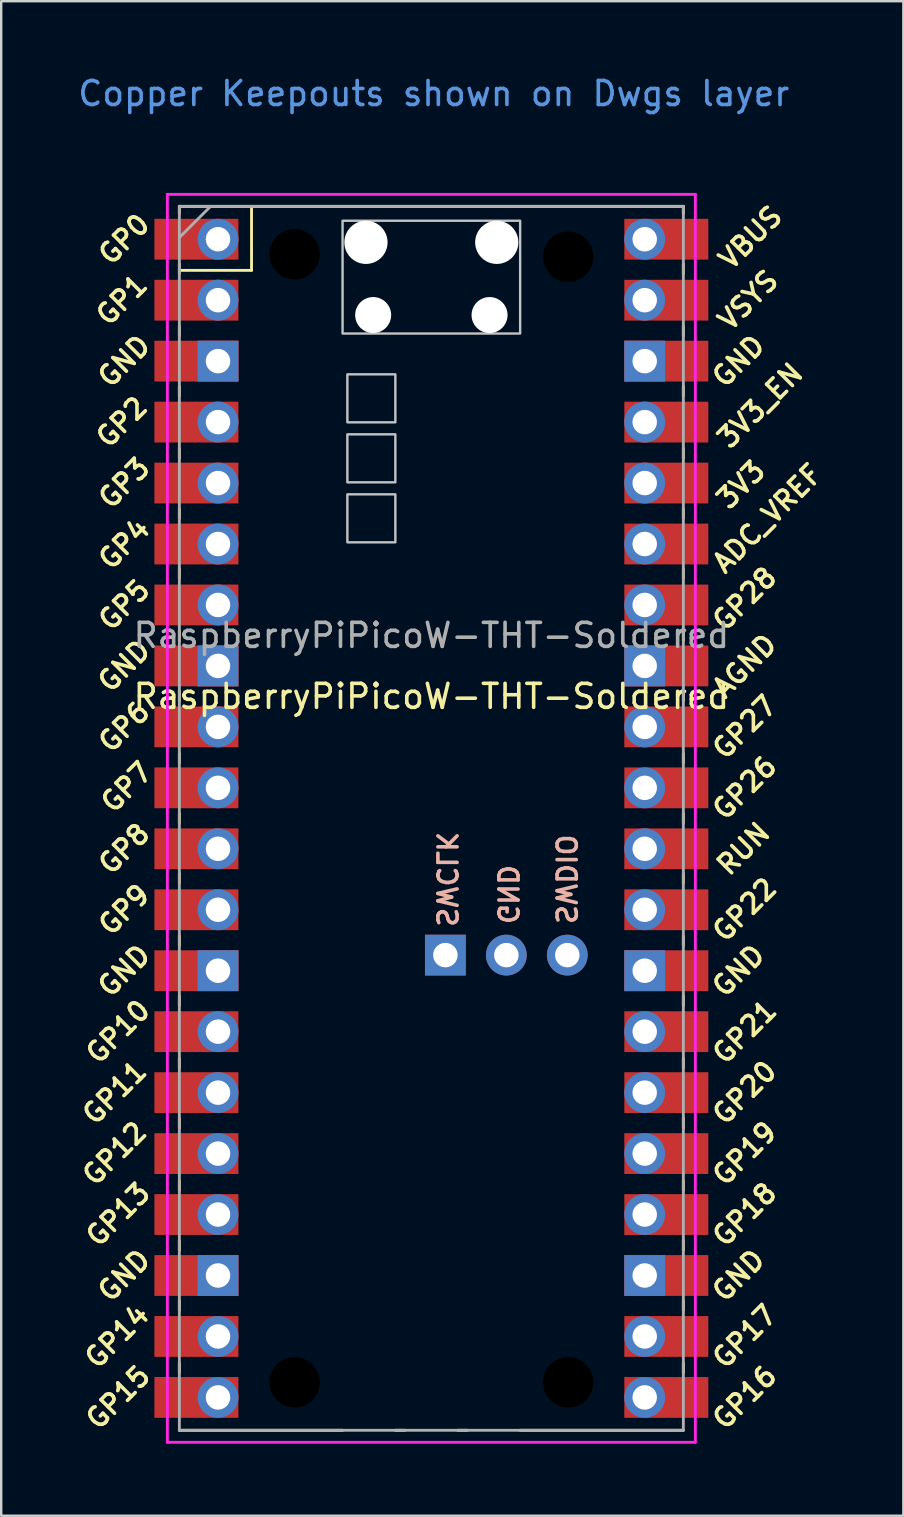
<source format=kicad_pcb>
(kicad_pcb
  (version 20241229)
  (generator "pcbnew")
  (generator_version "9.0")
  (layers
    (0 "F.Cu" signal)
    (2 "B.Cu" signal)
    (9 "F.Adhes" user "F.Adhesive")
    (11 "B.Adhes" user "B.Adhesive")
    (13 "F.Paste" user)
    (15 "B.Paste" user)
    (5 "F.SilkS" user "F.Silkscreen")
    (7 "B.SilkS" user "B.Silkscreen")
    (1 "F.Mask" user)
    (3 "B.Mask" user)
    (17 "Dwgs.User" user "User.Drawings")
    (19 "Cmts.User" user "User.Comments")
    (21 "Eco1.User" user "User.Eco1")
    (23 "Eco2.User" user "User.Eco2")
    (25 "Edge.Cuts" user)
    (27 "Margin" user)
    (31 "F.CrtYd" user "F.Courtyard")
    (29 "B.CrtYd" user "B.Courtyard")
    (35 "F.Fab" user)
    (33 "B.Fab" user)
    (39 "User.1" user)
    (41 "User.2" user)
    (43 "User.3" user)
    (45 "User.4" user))
  (footprint "RaspberryPiPicoW-THT-Soldered"
    (layer "F.Cu")
    (at 14.924 31.048)
    (property "Reference" "RaspberryPiPicoW-THT-Soldered" (at 0 -5.08 0) (layer "F.SilkS") (effects (font (size 1 1) (thickness 0.15))))
    (attr through_hole)
    (fp_line (start -10.5 -25.5) (end -10.5 -25.2) (stroke (width 0.12) (type solid)) (layer "F.SilkS"))
    (fp_line (start -10.5 -25.5) (end 10.5 -25.5) (stroke (width 0.12) (type solid)) (layer "F.SilkS"))
    (fp_line (start -10.5 -23.1) (end -10.5 -22.7) (stroke (width 0.12) (type solid)) (layer "F.SilkS"))
    (fp_line (start -10.5 -22.833) (end -7.493 -22.833) (stroke (width 0.12) (type solid)) (layer "F.SilkS"))
    (fp_line (start -10.5 -20.5) (end -10.5 -20.1) (stroke (width 0.12) (type solid)) (layer "F.SilkS"))
    (fp_line (start -10.5 -18) (end -10.5 -17.6) (stroke (width 0.12) (type solid)) (layer "F.SilkS"))
    (fp_line (start -10.5 -15.4) (end -10.5 -15) (stroke (width 0.12) (type solid)) (layer "F.SilkS"))
    (fp_line (start -10.5 -12.9) (end -10.5 -12.5) (stroke (width 0.12) (type solid)) (layer "F.SilkS"))
    (fp_line (start -10.5 -10.4) (end -10.5 -10) (stroke (width 0.12) (type solid)) (layer "F.SilkS"))
    (fp_line (start -10.5 -7.8) (end -10.5 -7.4) (stroke (width 0.12) (type solid)) (layer "F.SilkS"))
    (fp_line (start -10.5 -5.3) (end -10.5 -4.9) (stroke (width 0.12) (type solid)) (layer "F.SilkS"))
    (fp_line (start -10.5 -2.7) (end -10.5 -2.3) (stroke (width 0.12) (type solid)) (layer "F.SilkS"))
    (fp_line (start -10.5 -0.2) (end -10.5 0.2) (stroke (width 0.12) (type solid)) (layer "F.SilkS"))
    (fp_line (start -10.5 2.3) (end -10.5 2.7) (stroke (width 0.12) (type solid)) (layer "F.SilkS"))
    (fp_line (start -10.5 4.9) (end -10.5 5.3) (stroke (width 0.12) (type solid)) (layer "F.SilkS"))
    (fp_line (start -10.5 7.4) (end -10.5 7.8) (stroke (width 0.12) (type solid)) (layer "F.SilkS"))
    (fp_line (start -10.5 10) (end -10.5 10.4) (stroke (width 0.12) (type solid)) (layer "F.SilkS"))
    (fp_line (start -10.5 12.5) (end -10.5 12.9) (stroke (width 0.12) (type solid)) (layer "F.SilkS"))
    (fp_line (start -10.5 15.1) (end -10.5 15.5) (stroke (width 0.12) (type solid)) (layer "F.SilkS"))
    (fp_line (start -10.5 17.6) (end -10.5 18) (stroke (width 0.12) (type solid)) (layer "F.SilkS"))
    (fp_line (start -10.5 20.1) (end -10.5 20.5) (stroke (width 0.12) (type solid)) (layer "F.SilkS"))
    (fp_line (start -10.5 22.7) (end -10.5 23.1) (stroke (width 0.12) (type solid)) (layer "F.SilkS"))
    (fp_line (start -7.493 -22.833) (end -7.493 -25.5) (stroke (width 0.12) (type solid)) (layer "F.SilkS"))
    (fp_line (start -3.7 25.5) (end -10.5 25.5) (stroke (width 0.12) (type solid)) (layer "F.SilkS"))
    (fp_line (start -1.5 25.5) (end -1.1 25.5) (stroke (width 0.12) (type solid)) (layer "F.SilkS"))
    (fp_line (start 1.1 25.5) (end 1.5 25.5) (stroke (width 0.12) (type solid)) (layer "F.SilkS"))
    (fp_line (start 10.5 -25.5) (end 10.5 -25.2) (stroke (width 0.12) (type solid)) (layer "F.SilkS"))
    (fp_line (start 10.5 -23.1) (end 10.5 -22.7) (stroke (width 0.12) (type solid)) (layer "F.SilkS"))
    (fp_line (start 10.5 -20.5) (end 10.5 -20.1) (stroke (width 0.12) (type solid)) (layer "F.SilkS"))
    (fp_line (start 10.5 -18) (end 10.5 -17.6) (stroke (width 0.12) (type solid)) (layer "F.SilkS"))
    (fp_line (start 10.5 -15.4) (end 10.5 -15) (stroke (width 0.12) (type solid)) (layer "F.SilkS"))
    (fp_line (start 10.5 -12.9) (end 10.5 -12.5) (stroke (width 0.12) (type solid)) (layer "F.SilkS"))
    (fp_line (start 10.5 -10.4) (end 10.5 -10) (stroke (width 0.12) (type solid)) (layer "F.SilkS"))
    (fp_line (start 10.5 -7.8) (end 10.5 -7.4) (stroke (width 0.12) (type solid)) (layer "F.SilkS"))
    (fp_line (start 10.5 -5.3) (end 10.5 -4.9) (stroke (width 0.12) (type solid)) (layer "F.SilkS"))
    (fp_line (start 10.5 -2.7) (end 10.5 -2.3) (stroke (width 0.12) (type solid)) (layer "F.SilkS"))
    (fp_line (start 10.5 -0.2) (end 10.5 0.2) (stroke (width 0.12) (type solid)) (layer "F.SilkS"))
    (fp_line (start 10.5 2.3) (end 10.5 2.7) (stroke (width 0.12) (type solid)) (layer "F.SilkS"))
    (fp_line (start 10.5 4.9) (end 10.5 5.3) (stroke (width 0.12) (type solid)) (layer "F.SilkS"))
    (fp_line (start 10.5 7.4) (end 10.5 7.8) (stroke (width 0.12) (type solid)) (layer "F.SilkS"))
    (fp_line (start 10.5 10) (end 10.5 10.4) (stroke (width 0.12) (type solid)) (layer "F.SilkS"))
    (fp_line (start 10.5 12.5) (end 10.5 12.9) (stroke (width 0.12) (type solid)) (layer "F.SilkS"))
    (fp_line (start 10.5 15.1) (end 10.5 15.5) (stroke (width 0.12) (type solid)) (layer "F.SilkS"))
    (fp_line (start 10.5 17.6) (end 10.5 18) (stroke (width 0.12) (type solid)) (layer "F.SilkS"))
    (fp_line (start 10.5 20.1) (end 10.5 20.5) (stroke (width 0.12) (type solid)) (layer "F.SilkS"))
    (fp_line (start 10.5 22.7) (end 10.5 23.1) (stroke (width 0.12) (type solid)) (layer "F.SilkS"))
    (fp_line (start 10.5 25.5) (end 3.7 25.5) (stroke (width 0.12) (type solid)) (layer "F.SilkS"))
    (fp_poly (pts (xy -1.5 -16.5) (xy -3.5 -16.5) (xy -3.5 -18.5) (xy -1.5 -18.5)) (stroke (width 0.1) (type solid)) (fill no) (layer "Dwgs.User"))
    (fp_poly (pts (xy -1.5 -14) (xy -3.5 -14) (xy -3.5 -16) (xy -1.5 -16)) (stroke (width 0.1) (type solid)) (fill no) (layer "Dwgs.User"))
    (fp_poly (pts (xy -1.5 -11.5) (xy -3.5 -11.5) (xy -3.5 -13.5) (xy -1.5 -13.5)) (stroke (width 0.1) (type solid)) (fill no) (layer "Dwgs.User"))
    (fp_poly (pts (xy 3.7 -20.2) (xy -3.7 -20.2) (xy -3.7 -24.9) (xy 3.7 -24.9)) (stroke (width 0.1) (type solid)) (fill no) (layer "Dwgs.User"))
    (fp_line (start -11 -26) (end 11 -26) (stroke (width 0.12) (type solid)) (layer "F.CrtYd"))
    (fp_line (start -11 26) (end -11 -26) (stroke (width 0.12) (type solid)) (layer "F.CrtYd"))
    (fp_line (start 11 -26) (end 11 26) (stroke (width 0.12) (type solid)) (layer "F.CrtYd"))
    (fp_line (start 11 26) (end -11 26) (stroke (width 0.12) (type solid)) (layer "F.CrtYd"))
    (fp_line (start -10.5 -25.5) (end 10.5 -25.5) (stroke (width 0.12) (type solid)) (layer "F.Fab"))
    (fp_line (start -10.5 -24.2) (end -9.2 -25.5) (stroke (width 0.12) (type solid)) (layer "F.Fab"))
    (fp_line (start -10.5 25.5) (end -10.5 -25.5) (stroke (width 0.12) (type solid)) (layer "F.Fab"))
    (fp_line (start 10.5 -25.5) (end 10.5 25.5) (stroke (width 0.12) (type solid)) (layer "F.Fab"))
    (fp_line (start 10.5 25.5) (end -10.5 25.5) (stroke (width 0.12) (type solid)) (layer "F.Fab"))
    (fp_text user "GND" (at -12.8 -6.35 45) (layer "F.SilkS") (effects (font (size 0.8 0.8) (thickness 0.15))))
    (fp_text user "GND" (at 12.8 6.35 45) (layer "F.SilkS") (effects (font (size 0.8 0.8) (thickness 0.15))))
    (fp_text user "GP0" (at -12.8 -24.13 45) (layer "F.SilkS") (effects (font (size 0.8 0.8) (thickness 0.15))))
    (fp_text user "GP17" (at 13.054 21.59 45) (layer "F.SilkS") (effects (font (size 0.8 0.8) (thickness 0.15))))
    (fp_text user "GP21" (at 13.054 8.9 45) (layer "F.SilkS") (effects (font (size 0.8 0.8) (thickness 0.15))))
    (fp_text user "3V3" (at 12.9 -13.9 45) (layer "F.SilkS") (effects (font (size 0.8 0.8) (thickness 0.15))))
    (fp_text user "GP27" (at 13.054 -3.8 45) (layer "F.SilkS") (effects (font (size 0.8 0.8) (thickness 0.15))))
    (fp_text user "3V3_EN" (at 13.7 -17.2 45) (layer "F.SilkS") (effects (font (size 0.8 0.8) (thickness 0.15))))
    (fp_text user "VSYS" (at 13.2 -21.59 45) (layer "F.SilkS") (effects (font (size 0.8 0.8) (thickness 0.15))))
    (fp_text user "AGND" (at 13.054 -6.35 45) (layer "F.SilkS") (effects (font (size 0.8 0.8) (thickness 0.15))))
    (fp_text user "GP18" (at 13.054 16.51 45) (layer "F.SilkS") (effects (font (size 0.8 0.8) (thickness 0.15))))
    (fp_text user "GND" (at 12.8 19.05 45) (layer "F.SilkS") (effects (font (size 0.8 0.8) (thickness 0.15))))
    (fp_text user "GP28" (at 13.054 -9.144 45) (layer "F.SilkS") (effects (font (size 0.8 0.8) (thickness 0.15))))
    (fp_text user "GP16" (at 13.054 24.13 45) (layer "F.SilkS") (effects (font (size 0.8 0.8) (thickness 0.15))))
    (fp_text user "GP14" (at -13.1 21.59 45) (layer "F.SilkS") (effects (font (size 0.8 0.8) (thickness 0.15))))
    (fp_text user "VBUS" (at 13.3 -24.2 45) (layer "F.SilkS") (effects (font (size 0.8 0.8) (thickness 0.15))))
    (fp_text user "GP22" (at 13.054 3.81 45) (layer "F.SilkS") (effects (font (size 0.8 0.8) (thickness 0.15))))
    (fp_text user "GP4" (at -12.8 -11.43 45) (layer "F.SilkS") (effects (font (size 0.8 0.8) (thickness 0.15))))
    (fp_text user "GND" (at 12.8 -19.05 45) (layer "F.SilkS") (effects (font (size 0.8 0.8) (thickness 0.15))))
    (fp_text user "RUN" (at 13 1.27 45) (layer "F.SilkS") (effects (font (size 0.8 0.8) (thickness 0.15))))
    (fp_text user "ADC_VREF" (at 14 -12.5 45) (layer "F.SilkS") (effects (font (size 0.8 0.8) (thickness 0.15))))
    (fp_text user "GP8" (at -12.8 1.27 45) (layer "F.SilkS") (effects (font (size 0.8 0.8) (thickness 0.15))))
    (fp_text user "GND" (at -12.8 -19.05 45) (layer "F.SilkS") (effects (font (size 0.8 0.8) (thickness 0.15))))
    (fp_text user "GND" (at -12.8 19.05 45) (layer "F.SilkS") (effects (font (size 0.8 0.8) (thickness 0.15))))
    (fp_text user "GP2" (at -12.9 -16.51 45) (layer "F.SilkS") (effects (font (size 0.8 0.8) (thickness 0.15))))
    (fp_text user "GP11" (at -13.2 11.43 45) (layer "F.SilkS") (effects (font (size 0.8 0.8) (thickness 0.15))))
    (fp_text user "GP6" (at -12.8 -3.81 45) (layer "F.SilkS") (effects (font (size 0.8 0.8) (thickness 0.15))))
    (fp_text user "GP19" (at 13.054 13.97 45) (layer "F.SilkS") (effects (font (size 0.8 0.8) (thickness 0.15))))
    (fp_text user "GP20" (at 13.054 11.43 45) (layer "F.SilkS") (effects (font (size 0.8 0.8) (thickness 0.15))))
    (fp_text user "GP1" (at -12.9 -21.6 45) (layer "F.SilkS") (effects (font (size 0.8 0.8) (thickness 0.15))))
    (fp_text user "GP10" (at -13.054 8.89 45) (layer "F.SilkS") (effects (font (size 0.8 0.8) (thickness 0.15))))
    (fp_text user "GP9" (at -12.8 3.81 45) (layer "F.SilkS") (effects (font (size 0.8 0.8) (thickness 0.15))))
    (fp_text user "GP5" (at -12.8 -8.89 45) (layer "F.SilkS") (effects (font (size 0.8 0.8) (thickness 0.15))))
    (fp_text user "GP13" (at -13.054 16.51 45) (layer "F.SilkS") (effects (font (size 0.8 0.8) (thickness 0.15))))
    (fp_text user "GP26" (at 13.054 -1.27 45) (layer "F.SilkS") (effects (font (size 0.8 0.8) (thickness 0.15))))
    (fp_text user "GP3" (at -12.8 -13.97 45) (layer "F.SilkS") (effects (font (size 0.8 0.8) (thickness 0.15))))
    (fp_text user "GP15" (at -13.054 24.13 45) (layer "F.SilkS") (effects (font (size 0.8 0.8) (thickness 0.15))))
    (fp_text user "GP12" (at -13.2 13.97 45) (layer "F.SilkS") (effects (font (size 0.8 0.8) (thickness 0.15))))
    (fp_text user "GND" (at -12.8 6.35 45) (layer "F.SilkS") (effects (font (size 0.8 0.8) (thickness 0.15))))
    (fp_text user "GP7" (at -12.7 -1.3 45) (layer "F.SilkS") (effects (font (size 0.8 0.8) (thickness 0.15))))
    (fp_text user "SWCLK" (at 0.635 2.54 270) (unlocked yes) (layer "B.SilkS") (effects (font (size 0.8 0.8) (thickness 0.15)) (justify mirror)))
    (fp_text user "SWDIO" (at 5.6 2.54 270) (unlocked yes) (layer "B.SilkS") (effects (font (size 0.8 0.8) (thickness 0.15)) (justify mirror)))
    (fp_text user "GND" (at 3.175 3.175 270) (unlocked yes) (layer "B.SilkS") (effects (font (size 0.8 0.8) (thickness 0.15)) (justify mirror)))
    (fp_text user "Copper Keepouts shown on Dwgs layer" (at 0.1 -30.2 0) (layer "Cmts.User") (effects (font (size 1 1) (thickness 0.15))))
    (fp_text user "${REFERENCE}" (at 0 -7.62 180) (layer "F.Fab") (effects (font (size 1 1) (thickness 0.15))))
    (pad "" np_thru_hole circle (at -5.7 -23.5) (size 2.1 2.1) (drill 2.1) (layers "*.Mask"))
    (pad "" np_thru_hole circle (at -5.7 23.5) (size 2.1 2.1) (drill 2.1) (layers "*.Mask"))
    (pad "" np_thru_hole oval (at -2.725 -24) (size 1.8 1.8) (drill 1.8) (layers "*.Cu" "*.Mask"))
    (pad "" np_thru_hole oval (at -2.425 -20.97) (size 1.5 1.5) (drill 1.5) (layers "*.Cu" "*.Mask"))
    (pad "" np_thru_hole oval (at 2.425 -20.97) (size 1.5 1.5) (drill 1.5) (layers "*.Cu" "*.Mask"))
    (pad "" np_thru_hole oval (at 2.725 -24) (size 1.8 1.8) (drill 1.8) (layers "*.Cu" "*.Mask"))
    (pad "" np_thru_hole circle (at 5.7 -23.4) (size 2.1 2.1) (drill 2.1) (layers "*.Mask"))
    (pad "" np_thru_hole circle (at 5.7 23.5) (size 2.1 2.1) (drill 2.1) (layers "*.Mask"))
    (pad "1" thru_hole oval (at -8.89 -24.13) (size 1.7 1.7) (drill 1.02) (layers "*.Cu" "*.Mask"))
    (pad "1" smd rect (at -8.89 -24.13) (size 3.5 1.7) (drill (offset -0.9 0)) (layers "F.Cu" "F.Mask"))
    (pad "2" thru_hole oval (at -8.89 -21.59) (size 1.7 1.7) (drill 1.02) (layers "*.Cu" "*.Mask"))
    (pad "2" smd rect (at -8.89 -21.59) (size 3.5 1.7) (drill (offset -0.9 0)) (layers "F.Cu" "F.Mask"))
    (pad "3" thru_hole rect (at -8.89 -19.05) (size 1.7 1.7) (drill 1.02) (layers "*.Cu" "*.Mask"))
    (pad "3" smd rect (at -8.89 -19.05) (size 3.5 1.7) (drill (offset -0.9 0)) (layers "F.Cu" "F.Mask"))
    (pad "4" thru_hole oval (at -8.89 -16.51) (size 1.7 1.7) (drill 1.02) (layers "*.Cu" "*.Mask"))
    (pad "4" smd rect (at -8.89 -16.51) (size 3.5 1.7) (drill (offset -0.9 0)) (layers "F.Cu" "F.Mask"))
    (pad "5" thru_hole oval (at -8.89 -13.97) (size 1.7 1.7) (drill 1.02) (layers "*.Cu" "*.Mask"))
    (pad "5" smd rect (at -8.89 -13.97) (size 3.5 1.7) (drill (offset -0.9 0)) (layers "F.Cu" "F.Mask"))
    (pad "6" thru_hole oval (at -8.89 -11.43) (size 1.7 1.7) (drill 1.02) (layers "*.Cu" "*.Mask"))
    (pad "6" smd rect (at -8.89 -11.43) (size 3.5 1.7) (drill (offset -0.9 0)) (layers "F.Cu" "F.Mask"))
    (pad "7" thru_hole oval (at -8.89 -8.89) (size 1.7 1.7) (drill 1.02) (layers "*.Cu" "*.Mask"))
    (pad "7" smd rect (at -8.89 -8.89) (size 3.5 1.7) (drill (offset -0.9 0)) (layers "F.Cu" "F.Mask"))
    (pad "8" thru_hole rect (at -8.89 -6.35) (size 1.7 1.7) (drill 1.02) (layers "*.Cu" "*.Mask"))
    (pad "8" smd rect (at -8.89 -6.35) (size 3.5 1.7) (drill (offset -0.9 0)) (layers "F.Cu" "F.Mask"))
    (pad "9" thru_hole oval (at -8.89 -3.81) (size 1.7 1.7) (drill 1.02) (layers "*.Cu" "*.Mask"))
    (pad "9" smd rect (at -8.89 -3.81) (size 3.5 1.7) (drill (offset -0.9 0)) (layers "F.Cu" "F.Mask"))
    (pad "10" thru_hole oval (at -8.89 -1.27) (size 1.7 1.7) (drill 1.02) (layers "*.Cu" "*.Mask"))
    (pad "10" smd rect (at -8.89 -1.27) (size 3.5 1.7) (drill (offset -0.9 0)) (layers "F.Cu" "F.Mask"))
    (pad "11" thru_hole oval (at -8.89 1.27) (size 1.7 1.7) (drill 1.02) (layers "*.Cu" "*.Mask"))
    (pad "11" smd rect (at -8.89 1.27) (size 3.5 1.7) (drill (offset -0.9 0)) (layers "F.Cu" "F.Mask"))
    (pad "12" thru_hole oval (at -8.89 3.81) (size 1.7 1.7) (drill 1.02) (layers "*.Cu" "*.Mask"))
    (pad "12" smd rect (at -8.89 3.81) (size 3.5 1.7) (drill (offset -0.9 0)) (layers "F.Cu" "F.Mask"))
    (pad "13" thru_hole rect (at -8.89 6.35) (size 1.7 1.7) (drill 1.02) (layers "*.Cu" "*.Mask"))
    (pad "13" smd rect (at -8.89 6.35) (size 3.5 1.7) (drill (offset -0.9 0)) (layers "F.Cu" "F.Mask"))
    (pad "14" thru_hole oval (at -8.89 8.89) (size 1.7 1.7) (drill 1.02) (layers "*.Cu" "*.Mask"))
    (pad "14" smd rect (at -8.89 8.89) (size 3.5 1.7) (drill (offset -0.9 0)) (layers "F.Cu" "F.Mask"))
    (pad "15" thru_hole oval (at -8.89 11.43) (size 1.7 1.7) (drill 1.02) (layers "*.Cu" "*.Mask"))
    (pad "15" smd rect (at -8.89 11.43) (size 3.5 1.7) (drill (offset -0.9 0)) (layers "F.Cu" "F.Mask"))
    (pad "16" thru_hole oval (at -8.89 13.97) (size 1.7 1.7) (drill 1.02) (layers "*.Cu" "*.Mask"))
    (pad "16" smd rect (at -8.89 13.97) (size 3.5 1.7) (drill (offset -0.9 0)) (layers "F.Cu" "F.Mask"))
    (pad "17" thru_hole oval (at -8.89 16.51) (size 1.7 1.7) (drill 1.02) (layers "*.Cu" "*.Mask"))
    (pad "17" smd rect (at -8.89 16.51) (size 3.5 1.7) (drill (offset -0.9 0)) (layers "F.Cu" "F.Mask"))
    (pad "18" thru_hole rect (at -8.89 19.05) (size 1.7 1.7) (drill 1.02) (layers "*.Cu" "*.Mask"))
    (pad "18" smd rect (at -8.89 19.05) (size 3.5 1.7) (drill (offset -0.9 0)) (layers "F.Cu" "F.Mask"))
    (pad "19" thru_hole oval (at -8.89 21.59) (size 1.7 1.7) (drill 1.02) (layers "*.Cu" "*.Mask"))
    (pad "19" smd rect (at -8.89 21.59) (size 3.5 1.7) (drill (offset -0.9 0)) (layers "F.Cu" "F.Mask"))
    (pad "20" thru_hole oval (at -8.89 24.13) (size 1.7 1.7) (drill 1.02) (layers "*.Cu" "*.Mask"))
    (pad "20" smd rect (at -8.89 24.13) (size 3.5 1.7) (drill (offset -0.9 0)) (layers "F.Cu" "F.Mask"))
    (pad "21" thru_hole oval (at 8.89 24.13) (size 1.7 1.7) (drill 1.02) (layers "*.Cu" "*.Mask"))
    (pad "21" smd rect (at 8.89 24.13) (size 3.5 1.7) (drill (offset 0.9 0)) (layers "F.Cu" "F.Mask"))
    (pad "22" thru_hole oval (at 8.89 21.59) (size 1.7 1.7) (drill 1.02) (layers "*.Cu" "*.Mask"))
    (pad "22" smd rect (at 8.89 21.59) (size 3.5 1.7) (drill (offset 0.9 0)) (layers "F.Cu" "F.Mask"))
    (pad "23" thru_hole rect (at 8.89 19.05) (size 1.7 1.7) (drill 1.02) (layers "*.Cu" "*.Mask"))
    (pad "23" smd rect (at 8.89 19.05) (size 3.5 1.7) (drill (offset 0.9 0)) (layers "F.Cu" "F.Mask"))
    (pad "24" thru_hole oval (at 8.89 16.51) (size 1.7 1.7) (drill 1.02) (layers "*.Cu" "*.Mask"))
    (pad "24" smd rect (at 8.89 16.51) (size 3.5 1.7) (drill (offset 0.9 0)) (layers "F.Cu" "F.Mask"))
    (pad "25" thru_hole oval (at 8.89 13.97) (size 1.7 1.7) (drill 1.02) (layers "*.Cu" "*.Mask"))
    (pad "25" smd rect (at 8.89 13.97) (size 3.5 1.7) (drill (offset 0.9 0)) (layers "F.Cu" "F.Mask"))
    (pad "26" thru_hole oval (at 8.89 11.43) (size 1.7 1.7) (drill 1.02) (layers "*.Cu" "*.Mask"))
    (pad "26" smd rect (at 8.89 11.43) (size 3.5 1.7) (drill (offset 0.9 0)) (layers "F.Cu" "F.Mask"))
    (pad "27" thru_hole oval (at 8.89 8.89) (size 1.7 1.7) (drill 1.02) (layers "*.Cu" "*.Mask"))
    (pad "27" smd rect (at 8.89 8.89) (size 3.5 1.7) (drill (offset 0.9 0)) (layers "F.Cu" "F.Mask"))
    (pad "28" thru_hole rect (at 8.89 6.35) (size 1.7 1.7) (drill 1.02) (layers "*.Cu" "*.Mask"))
    (pad "28" smd rect (at 8.89 6.35) (size 3.5 1.7) (drill (offset 0.9 0)) (layers "F.Cu" "F.Mask"))
    (pad "29" thru_hole oval (at 8.89 3.81) (size 1.7 1.7) (drill 1.02) (layers "*.Cu" "*.Mask"))
    (pad "29" smd rect (at 8.89 3.81) (size 3.5 1.7) (drill (offset 0.9 0)) (layers "F.Cu" "F.Mask"))
    (pad "30" thru_hole oval (at 8.89 1.27) (size 1.7 1.7) (drill 1.02) (layers "*.Cu" "*.Mask"))
    (pad "30" smd rect (at 8.89 1.27) (size 3.5 1.7) (drill (offset 0.9 0)) (layers "F.Cu" "F.Mask"))
    (pad "31" thru_hole oval (at 8.89 -1.27) (size 1.7 1.7) (drill 1.02) (layers "*.Cu" "*.Mask"))
    (pad "31" smd rect (at 8.89 -1.27) (size 3.5 1.7) (drill (offset 0.9 0)) (layers "F.Cu" "F.Mask"))
    (pad "32" thru_hole oval (at 8.89 -3.81) (size 1.7 1.7) (drill 1.02) (layers "*.Cu" "*.Mask"))
    (pad "32" smd rect (at 8.89 -3.81) (size 3.5 1.7) (drill (offset 0.9 0)) (layers "F.Cu" "F.Mask"))
    (pad "33" thru_hole rect (at 8.89 -6.35) (size 1.7 1.7) (drill 1.02) (layers "*.Cu" "*.Mask"))
    (pad "33" smd rect (at 8.89 -6.35) (size 3.5 1.7) (drill (offset 0.9 0)) (layers "F.Cu" "F.Mask"))
    (pad "34" thru_hole oval (at 8.89 -8.89) (size 1.7 1.7) (drill 1.02) (layers "*.Cu" "*.Mask"))
    (pad "34" smd rect (at 8.89 -8.89) (size 3.5 1.7) (drill (offset 0.9 0)) (layers "F.Cu" "F.Mask"))
    (pad "35" thru_hole oval (at 8.89 -11.43) (size 1.7 1.7) (drill 1.02) (layers "*.Cu" "*.Mask"))
    (pad "35" smd rect (at 8.89 -11.43) (size 3.5 1.7) (drill (offset 0.9 0)) (layers "F.Cu" "F.Mask"))
    (pad "36" thru_hole oval (at 8.89 -13.97) (size 1.7 1.7) (drill 1.02) (layers "*.Cu" "*.Mask"))
    (pad "36" smd rect (at 8.89 -13.97) (size 3.5 1.7) (drill (offset 0.9 0)) (layers "F.Cu" "F.Mask"))
    (pad "37" thru_hole oval (at 8.89 -16.51) (size 1.7 1.7) (drill 1.02) (layers "*.Cu" "*.Mask"))
    (pad "37" smd rect (at 8.89 -16.51) (size 3.5 1.7) (drill (offset 0.9 0)) (layers "F.Cu" "F.Mask"))
    (pad "38" thru_hole rect (at 8.89 -19.05) (size 1.7 1.7) (drill 1.02) (layers "*.Cu" "*.Mask"))
    (pad "38" smd rect (at 8.89 -19.05) (size 3.5 1.7) (drill (offset 0.9 0)) (layers "F.Cu" "F.Mask"))
    (pad "39" thru_hole oval (at 8.89 -21.59) (size 1.7 1.7) (drill 1.02) (layers "*.Cu" "*.Mask"))
    (pad "39" smd rect (at 8.89 -21.59) (size 3.5 1.7) (drill (offset 0.9 0)) (layers "F.Cu" "F.Mask"))
    (pad "40" thru_hole oval (at 8.89 -24.13) (size 1.7 1.7) (drill 1.02) (layers "*.Cu" "*.Mask"))
    (pad "40" smd rect (at 8.89 -24.13) (size 3.5 1.7) (drill (offset 0.9 0)) (layers "F.Cu" "F.Mask"))
    (pad "41" thru_hole rect (at 0.584 5.7) (size 1.7 1.7) (drill 1.02) (layers "*.Cu" "*.Mask"))
    (pad "42" thru_hole circle (at 3.124 5.7) (size 1.7 1.7) (drill 1.02) (layers "*.Cu" "*.Mask"))
    (pad "43" thru_hole oval (at 5.664 5.7) (size 1.7 1.7) (drill 1.02) (layers "*.Cu" "*.Mask")))
  (gr_rect
    (start -3 -3)
    (end 34.591 60.108)
    (stroke (width 0.1) (type default))
    (fill no)
    (layer "Edge.Cuts")))
</source>
